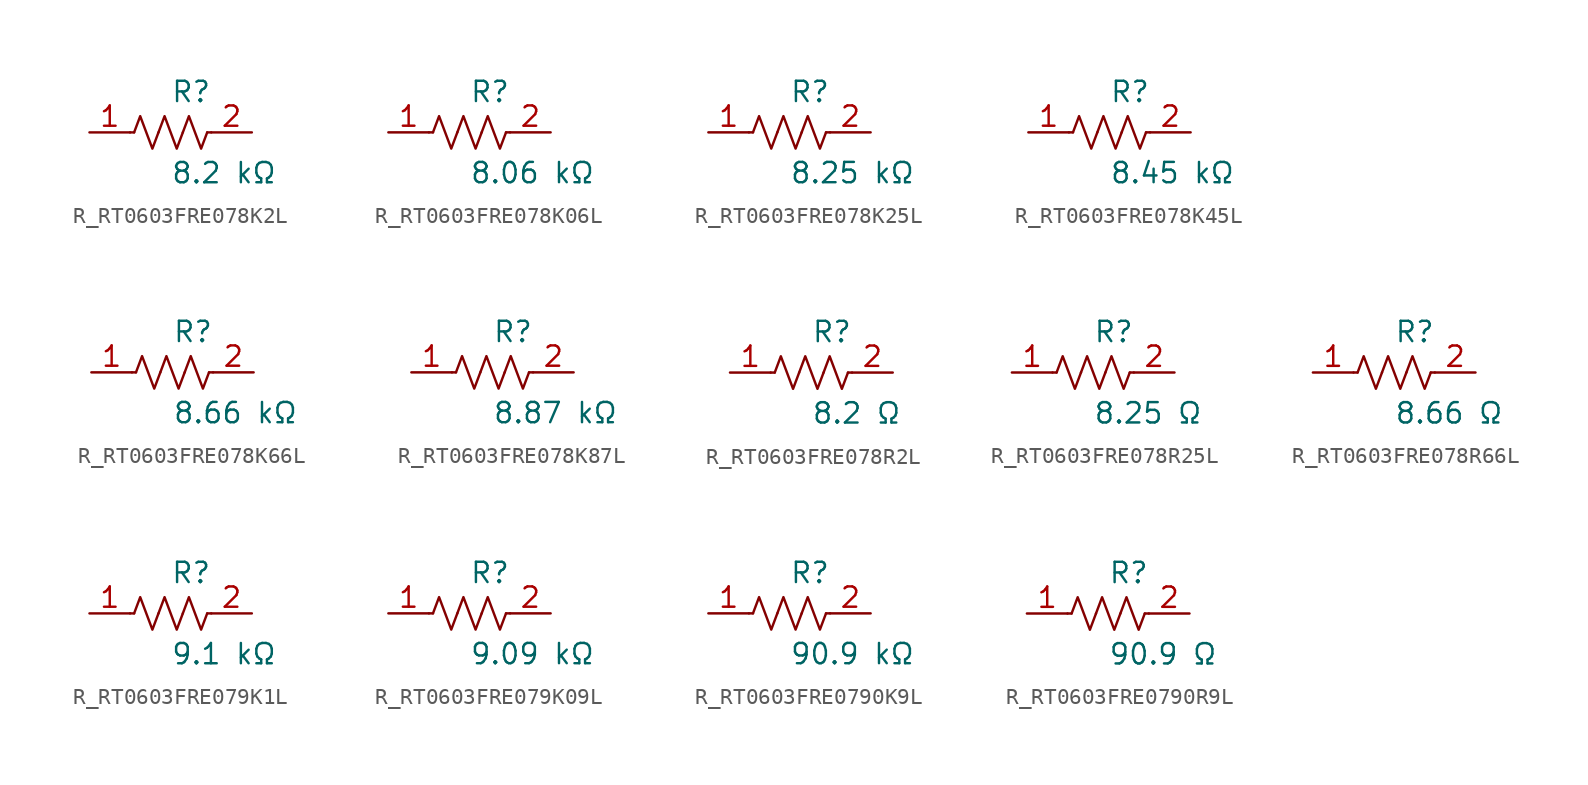
<source format=kicad_sym>
(kicad_symbol_lib
  (version 20231120)
  (generator kicad_symbol_editor)
  (generator_version 8.0)
  (symbol "R_RT0603FRE078K2L"
    (pin_names
      (offset 0.254))
    (property "Reference" "R"
      (at 0.0 2.54 0)
      (effects (font (size 1.27 1.27)) (justify left)))
    (property "Value" "8.2 kΩ"
      (at 0.0 -2.54 0)
      (effects (font (size 1.27 1.27)) (justify left)))
    (symbol "R_RT0603FRE078K2L_0_1"
      (polyline (pts (xy 2.286 0) (xy 2.54 0)) (stroke (width 0) (type default)) (fill (type none)))
      (polyline (pts (xy -2.286 0) (xy -2.54 0)) (stroke (width 0) (type default)) (fill (type none)))
      (polyline (pts (xy 0.762 0) (xy 1.143 1.016) (xy 1.524 0) (xy 1.905 -1.016) (xy 2.286 0)) (stroke (width 0) (type default)) (fill (type none)))
      (polyline (pts (xy -0.762 0) (xy -0.381 1.016) (xy 0 0) (xy 0.381 -1.016) (xy 0.762 0)) (stroke (width 0) (type default)) (fill (type none)))
      (polyline (pts (xy -2.286 0) (xy -1.905 1.016) (xy -1.524 0) (xy -1.143 -1.016) (xy -0.762 0)) (stroke (width 0) (type default)) (fill (type none))))
    (pin unspecified line
      (at -5.08 0 0)
      (length 2.54)
      (name "" (effects (font (size 1.27 1.27))))
      (number "1" (effects (font (size 1.27 1.27)))))
    (pin unspecified line
      (at 5.08 0 180)
      (length 2.54)
      (name "" (effects (font (size 1.27 1.27))))
      (number "2" (effects (font (size 1.27 1.27))))))
  (symbol "R_RT0603FRE078K06L"
    (pin_names
      (offset 0.254))
    (property "Reference" "R"
      (at 0.0 2.54 0)
      (effects (font (size 1.27 1.27)) (justify left)))
    (property "Value" "8.06 kΩ"
      (at 0.0 -2.54 0)
      (effects (font (size 1.27 1.27)) (justify left)))
    (symbol "R_RT0603FRE078K06L_0_1"
      (polyline (pts (xy 2.286 0) (xy 2.54 0)) (stroke (width 0) (type default)) (fill (type none)))
      (polyline (pts (xy -2.286 0) (xy -2.54 0)) (stroke (width 0) (type default)) (fill (type none)))
      (polyline (pts (xy 0.762 0) (xy 1.143 1.016) (xy 1.524 0) (xy 1.905 -1.016) (xy 2.286 0)) (stroke (width 0) (type default)) (fill (type none)))
      (polyline (pts (xy -0.762 0) (xy -0.381 1.016) (xy 0 0) (xy 0.381 -1.016) (xy 0.762 0)) (stroke (width 0) (type default)) (fill (type none)))
      (polyline (pts (xy -2.286 0) (xy -1.905 1.016) (xy -1.524 0) (xy -1.143 -1.016) (xy -0.762 0)) (stroke (width 0) (type default)) (fill (type none))))
    (pin unspecified line
      (at -5.08 0 0)
      (length 2.54)
      (name "" (effects (font (size 1.27 1.27))))
      (number "1" (effects (font (size 1.27 1.27)))))
    (pin unspecified line
      (at 5.08 0 180)
      (length 2.54)
      (name "" (effects (font (size 1.27 1.27))))
      (number "2" (effects (font (size 1.27 1.27))))))
  (symbol "R_RT0603FRE078K25L"
    (pin_names
      (offset 0.254))
    (property "Reference" "R"
      (at 0.0 2.54 0)
      (effects (font (size 1.27 1.27)) (justify left)))
    (property "Value" "8.25 kΩ"
      (at 0.0 -2.54 0)
      (effects (font (size 1.27 1.27)) (justify left)))
    (symbol "R_RT0603FRE078K25L_0_1"
      (polyline (pts (xy 2.286 0) (xy 2.54 0)) (stroke (width 0) (type default)) (fill (type none)))
      (polyline (pts (xy -2.286 0) (xy -2.54 0)) (stroke (width 0) (type default)) (fill (type none)))
      (polyline (pts (xy 0.762 0) (xy 1.143 1.016) (xy 1.524 0) (xy 1.905 -1.016) (xy 2.286 0)) (stroke (width 0) (type default)) (fill (type none)))
      (polyline (pts (xy -0.762 0) (xy -0.381 1.016) (xy 0 0) (xy 0.381 -1.016) (xy 0.762 0)) (stroke (width 0) (type default)) (fill (type none)))
      (polyline (pts (xy -2.286 0) (xy -1.905 1.016) (xy -1.524 0) (xy -1.143 -1.016) (xy -0.762 0)) (stroke (width 0) (type default)) (fill (type none))))
    (pin unspecified line
      (at -5.08 0 0)
      (length 2.54)
      (name "" (effects (font (size 1.27 1.27))))
      (number "1" (effects (font (size 1.27 1.27)))))
    (pin unspecified line
      (at 5.08 0 180)
      (length 2.54)
      (name "" (effects (font (size 1.27 1.27))))
      (number "2" (effects (font (size 1.27 1.27))))))
  (symbol "R_RT0603FRE078K45L"
    (pin_names
      (offset 0.254))
    (property "Reference" "R"
      (at 0.0 2.54 0)
      (effects (font (size 1.27 1.27)) (justify left)))
    (property "Value" "8.45 kΩ"
      (at 0.0 -2.54 0)
      (effects (font (size 1.27 1.27)) (justify left)))
    (symbol "R_RT0603FRE078K45L_0_1"
      (polyline (pts (xy 2.286 0) (xy 2.54 0)) (stroke (width 0) (type default)) (fill (type none)))
      (polyline (pts (xy -2.286 0) (xy -2.54 0)) (stroke (width 0) (type default)) (fill (type none)))
      (polyline (pts (xy 0.762 0) (xy 1.143 1.016) (xy 1.524 0) (xy 1.905 -1.016) (xy 2.286 0)) (stroke (width 0) (type default)) (fill (type none)))
      (polyline (pts (xy -0.762 0) (xy -0.381 1.016) (xy 0 0) (xy 0.381 -1.016) (xy 0.762 0)) (stroke (width 0) (type default)) (fill (type none)))
      (polyline (pts (xy -2.286 0) (xy -1.905 1.016) (xy -1.524 0) (xy -1.143 -1.016) (xy -0.762 0)) (stroke (width 0) (type default)) (fill (type none))))
    (pin unspecified line
      (at -5.08 0 0)
      (length 2.54)
      (name "" (effects (font (size 1.27 1.27))))
      (number "1" (effects (font (size 1.27 1.27)))))
    (pin unspecified line
      (at 5.08 0 180)
      (length 2.54)
      (name "" (effects (font (size 1.27 1.27))))
      (number "2" (effects (font (size 1.27 1.27))))))
  (symbol "R_RT0603FRE078K66L"
    (pin_names
      (offset 0.254))
    (property "Reference" "R"
      (at 0.0 2.54 0)
      (effects (font (size 1.27 1.27)) (justify left)))
    (property "Value" "8.66 kΩ"
      (at 0.0 -2.54 0)
      (effects (font (size 1.27 1.27)) (justify left)))
    (symbol "R_RT0603FRE078K66L_0_1"
      (polyline (pts (xy 2.286 0) (xy 2.54 0)) (stroke (width 0) (type default)) (fill (type none)))
      (polyline (pts (xy -2.286 0) (xy -2.54 0)) (stroke (width 0) (type default)) (fill (type none)))
      (polyline (pts (xy 0.762 0) (xy 1.143 1.016) (xy 1.524 0) (xy 1.905 -1.016) (xy 2.286 0)) (stroke (width 0) (type default)) (fill (type none)))
      (polyline (pts (xy -0.762 0) (xy -0.381 1.016) (xy 0 0) (xy 0.381 -1.016) (xy 0.762 0)) (stroke (width 0) (type default)) (fill (type none)))
      (polyline (pts (xy -2.286 0) (xy -1.905 1.016) (xy -1.524 0) (xy -1.143 -1.016) (xy -0.762 0)) (stroke (width 0) (type default)) (fill (type none))))
    (pin unspecified line
      (at -5.08 0 0)
      (length 2.54)
      (name "" (effects (font (size 1.27 1.27))))
      (number "1" (effects (font (size 1.27 1.27)))))
    (pin unspecified line
      (at 5.08 0 180)
      (length 2.54)
      (name "" (effects (font (size 1.27 1.27))))
      (number "2" (effects (font (size 1.27 1.27))))))
  (symbol "R_RT0603FRE078K87L"
    (pin_names
      (offset 0.254))
    (property "Reference" "R"
      (at 0.0 2.54 0)
      (effects (font (size 1.27 1.27)) (justify left)))
    (property "Value" "8.87 kΩ"
      (at 0.0 -2.54 0)
      (effects (font (size 1.27 1.27)) (justify left)))
    (symbol "R_RT0603FRE078K87L_0_1"
      (polyline (pts (xy 2.286 0) (xy 2.54 0)) (stroke (width 0) (type default)) (fill (type none)))
      (polyline (pts (xy -2.286 0) (xy -2.54 0)) (stroke (width 0) (type default)) (fill (type none)))
      (polyline (pts (xy 0.762 0) (xy 1.143 1.016) (xy 1.524 0) (xy 1.905 -1.016) (xy 2.286 0)) (stroke (width 0) (type default)) (fill (type none)))
      (polyline (pts (xy -0.762 0) (xy -0.381 1.016) (xy 0 0) (xy 0.381 -1.016) (xy 0.762 0)) (stroke (width 0) (type default)) (fill (type none)))
      (polyline (pts (xy -2.286 0) (xy -1.905 1.016) (xy -1.524 0) (xy -1.143 -1.016) (xy -0.762 0)) (stroke (width 0) (type default)) (fill (type none))))
    (pin unspecified line
      (at -5.08 0 0)
      (length 2.54)
      (name "" (effects (font (size 1.27 1.27))))
      (number "1" (effects (font (size 1.27 1.27)))))
    (pin unspecified line
      (at 5.08 0 180)
      (length 2.54)
      (name "" (effects (font (size 1.27 1.27))))
      (number "2" (effects (font (size 1.27 1.27))))))
  (symbol "R_RT0603FRE078R2L"
    (pin_names
      (offset 0.254))
    (property "Reference" "R"
      (at 0.0 2.54 0)
      (effects (font (size 1.27 1.27)) (justify left)))
    (property "Value" "8.2 Ω"
      (at 0.0 -2.54 0)
      (effects (font (size 1.27 1.27)) (justify left)))
    (symbol "R_RT0603FRE078R2L_0_1"
      (polyline (pts (xy 2.286 0) (xy 2.54 0)) (stroke (width 0) (type default)) (fill (type none)))
      (polyline (pts (xy -2.286 0) (xy -2.54 0)) (stroke (width 0) (type default)) (fill (type none)))
      (polyline (pts (xy 0.762 0) (xy 1.143 1.016) (xy 1.524 0) (xy 1.905 -1.016) (xy 2.286 0)) (stroke (width 0) (type default)) (fill (type none)))
      (polyline (pts (xy -0.762 0) (xy -0.381 1.016) (xy 0 0) (xy 0.381 -1.016) (xy 0.762 0)) (stroke (width 0) (type default)) (fill (type none)))
      (polyline (pts (xy -2.286 0) (xy -1.905 1.016) (xy -1.524 0) (xy -1.143 -1.016) (xy -0.762 0)) (stroke (width 0) (type default)) (fill (type none))))
    (pin unspecified line
      (at -5.08 0 0)
      (length 2.54)
      (name "" (effects (font (size 1.27 1.27))))
      (number "1" (effects (font (size 1.27 1.27)))))
    (pin unspecified line
      (at 5.08 0 180)
      (length 2.54)
      (name "" (effects (font (size 1.27 1.27))))
      (number "2" (effects (font (size 1.27 1.27))))))
  (symbol "R_RT0603FRE078R25L"
    (pin_names
      (offset 0.254))
    (property "Reference" "R"
      (at 0.0 2.54 0)
      (effects (font (size 1.27 1.27)) (justify left)))
    (property "Value" "8.25 Ω"
      (at 0.0 -2.54 0)
      (effects (font (size 1.27 1.27)) (justify left)))
    (symbol "R_RT0603FRE078R25L_0_1"
      (polyline (pts (xy 2.286 0) (xy 2.54 0)) (stroke (width 0) (type default)) (fill (type none)))
      (polyline (pts (xy -2.286 0) (xy -2.54 0)) (stroke (width 0) (type default)) (fill (type none)))
      (polyline (pts (xy 0.762 0) (xy 1.143 1.016) (xy 1.524 0) (xy 1.905 -1.016) (xy 2.286 0)) (stroke (width 0) (type default)) (fill (type none)))
      (polyline (pts (xy -0.762 0) (xy -0.381 1.016) (xy 0 0) (xy 0.381 -1.016) (xy 0.762 0)) (stroke (width 0) (type default)) (fill (type none)))
      (polyline (pts (xy -2.286 0) (xy -1.905 1.016) (xy -1.524 0) (xy -1.143 -1.016) (xy -0.762 0)) (stroke (width 0) (type default)) (fill (type none))))
    (pin unspecified line
      (at -5.08 0 0)
      (length 2.54)
      (name "" (effects (font (size 1.27 1.27))))
      (number "1" (effects (font (size 1.27 1.27)))))
    (pin unspecified line
      (at 5.08 0 180)
      (length 2.54)
      (name "" (effects (font (size 1.27 1.27))))
      (number "2" (effects (font (size 1.27 1.27))))))
  (symbol "R_RT0603FRE078R66L"
    (pin_names
      (offset 0.254))
    (property "Reference" "R"
      (at 0.0 2.54 0)
      (effects (font (size 1.27 1.27)) (justify left)))
    (property "Value" "8.66 Ω"
      (at 0.0 -2.54 0)
      (effects (font (size 1.27 1.27)) (justify left)))
    (symbol "R_RT0603FRE078R66L_0_1"
      (polyline (pts (xy 2.286 0) (xy 2.54 0)) (stroke (width 0) (type default)) (fill (type none)))
      (polyline (pts (xy -2.286 0) (xy -2.54 0)) (stroke (width 0) (type default)) (fill (type none)))
      (polyline (pts (xy 0.762 0) (xy 1.143 1.016) (xy 1.524 0) (xy 1.905 -1.016) (xy 2.286 0)) (stroke (width 0) (type default)) (fill (type none)))
      (polyline (pts (xy -0.762 0) (xy -0.381 1.016) (xy 0 0) (xy 0.381 -1.016) (xy 0.762 0)) (stroke (width 0) (type default)) (fill (type none)))
      (polyline (pts (xy -2.286 0) (xy -1.905 1.016) (xy -1.524 0) (xy -1.143 -1.016) (xy -0.762 0)) (stroke (width 0) (type default)) (fill (type none))))
    (pin unspecified line
      (at -5.08 0 0)
      (length 2.54)
      (name "" (effects (font (size 1.27 1.27))))
      (number "1" (effects (font (size 1.27 1.27)))))
    (pin unspecified line
      (at 5.08 0 180)
      (length 2.54)
      (name "" (effects (font (size 1.27 1.27))))
      (number "2" (effects (font (size 1.27 1.27))))))
  (symbol "R_RT0603FRE079K1L"
    (pin_names
      (offset 0.254))
    (property "Reference" "R"
      (at 0.0 2.54 0)
      (effects (font (size 1.27 1.27)) (justify left)))
    (property "Value" "9.1 kΩ"
      (at 0.0 -2.54 0)
      (effects (font (size 1.27 1.27)) (justify left)))
    (symbol "R_RT0603FRE079K1L_0_1"
      (polyline (pts (xy 2.286 0) (xy 2.54 0)) (stroke (width 0) (type default)) (fill (type none)))
      (polyline (pts (xy -2.286 0) (xy -2.54 0)) (stroke (width 0) (type default)) (fill (type none)))
      (polyline (pts (xy 0.762 0) (xy 1.143 1.016) (xy 1.524 0) (xy 1.905 -1.016) (xy 2.286 0)) (stroke (width 0) (type default)) (fill (type none)))
      (polyline (pts (xy -0.762 0) (xy -0.381 1.016) (xy 0 0) (xy 0.381 -1.016) (xy 0.762 0)) (stroke (width 0) (type default)) (fill (type none)))
      (polyline (pts (xy -2.286 0) (xy -1.905 1.016) (xy -1.524 0) (xy -1.143 -1.016) (xy -0.762 0)) (stroke (width 0) (type default)) (fill (type none))))
    (pin unspecified line
      (at -5.08 0 0)
      (length 2.54)
      (name "" (effects (font (size 1.27 1.27))))
      (number "1" (effects (font (size 1.27 1.27)))))
    (pin unspecified line
      (at 5.08 0 180)
      (length 2.54)
      (name "" (effects (font (size 1.27 1.27))))
      (number "2" (effects (font (size 1.27 1.27))))))
  (symbol "R_RT0603FRE079K09L"
    (pin_names
      (offset 0.254))
    (property "Reference" "R"
      (at 0.0 2.54 0)
      (effects (font (size 1.27 1.27)) (justify left)))
    (property "Value" "9.09 kΩ"
      (at 0.0 -2.54 0)
      (effects (font (size 1.27 1.27)) (justify left)))
    (symbol "R_RT0603FRE079K09L_0_1"
      (polyline (pts (xy 2.286 0) (xy 2.54 0)) (stroke (width 0) (type default)) (fill (type none)))
      (polyline (pts (xy -2.286 0) (xy -2.54 0)) (stroke (width 0) (type default)) (fill (type none)))
      (polyline (pts (xy 0.762 0) (xy 1.143 1.016) (xy 1.524 0) (xy 1.905 -1.016) (xy 2.286 0)) (stroke (width 0) (type default)) (fill (type none)))
      (polyline (pts (xy -0.762 0) (xy -0.381 1.016) (xy 0 0) (xy 0.381 -1.016) (xy 0.762 0)) (stroke (width 0) (type default)) (fill (type none)))
      (polyline (pts (xy -2.286 0) (xy -1.905 1.016) (xy -1.524 0) (xy -1.143 -1.016) (xy -0.762 0)) (stroke (width 0) (type default)) (fill (type none))))
    (pin unspecified line
      (at -5.08 0 0)
      (length 2.54)
      (name "" (effects (font (size 1.27 1.27))))
      (number "1" (effects (font (size 1.27 1.27)))))
    (pin unspecified line
      (at 5.08 0 180)
      (length 2.54)
      (name "" (effects (font (size 1.27 1.27))))
      (number "2" (effects (font (size 1.27 1.27))))))
  (symbol "R_RT0603FRE0790K9L"
    (pin_names
      (offset 0.254))
    (property "Reference" "R"
      (at 0.0 2.54 0)
      (effects (font (size 1.27 1.27)) (justify left)))
    (property "Value" "90.9 kΩ"
      (at 0.0 -2.54 0)
      (effects (font (size 1.27 1.27)) (justify left)))
    (symbol "R_RT0603FRE0790K9L_0_1"
      (polyline (pts (xy 2.286 0) (xy 2.54 0)) (stroke (width 0) (type default)) (fill (type none)))
      (polyline (pts (xy -2.286 0) (xy -2.54 0)) (stroke (width 0) (type default)) (fill (type none)))
      (polyline (pts (xy 0.762 0) (xy 1.143 1.016) (xy 1.524 0) (xy 1.905 -1.016) (xy 2.286 0)) (stroke (width 0) (type default)) (fill (type none)))
      (polyline (pts (xy -0.762 0) (xy -0.381 1.016) (xy 0 0) (xy 0.381 -1.016) (xy 0.762 0)) (stroke (width 0) (type default)) (fill (type none)))
      (polyline (pts (xy -2.286 0) (xy -1.905 1.016) (xy -1.524 0) (xy -1.143 -1.016) (xy -0.762 0)) (stroke (width 0) (type default)) (fill (type none))))
    (pin unspecified line
      (at -5.08 0 0)
      (length 2.54)
      (name "" (effects (font (size 1.27 1.27))))
      (number "1" (effects (font (size 1.27 1.27)))))
    (pin unspecified line
      (at 5.08 0 180)
      (length 2.54)
      (name "" (effects (font (size 1.27 1.27))))
      (number "2" (effects (font (size 1.27 1.27))))))
  (symbol "R_RT0603FRE0790R9L"
    (pin_names
      (offset 0.254))
    (property "Reference" "R"
      (at 0.0 2.54 0)
      (effects (font (size 1.27 1.27)) (justify left)))
    (property "Value" "90.9 Ω"
      (at 0.0 -2.54 0)
      (effects (font (size 1.27 1.27)) (justify left)))
    (symbol "R_RT0603FRE0790R9L_0_1"
      (polyline (pts (xy 2.286 0) (xy 2.54 0)) (stroke (width 0) (type default)) (fill (type none)))
      (polyline (pts (xy -2.286 0) (xy -2.54 0)) (stroke (width 0) (type default)) (fill (type none)))
      (polyline (pts (xy 0.762 0) (xy 1.143 1.016) (xy 1.524 0) (xy 1.905 -1.016) (xy 2.286 0)) (stroke (width 0) (type default)) (fill (type none)))
      (polyline (pts (xy -0.762 0) (xy -0.381 1.016) (xy 0 0) (xy 0.381 -1.016) (xy 0.762 0)) (stroke (width 0) (type default)) (fill (type none)))
      (polyline (pts (xy -2.286 0) (xy -1.905 1.016) (xy -1.524 0) (xy -1.143 -1.016) (xy -0.762 0)) (stroke (width 0) (type default)) (fill (type none))))
    (pin unspecified line
      (at -5.08 0 0)
      (length 2.54)
      (name "" (effects (font (size 1.27 1.27))))
      (number "1" (effects (font (size 1.27 1.27)))))
    (pin unspecified line
      (at 5.08 0 180)
      (length 2.54)
      (name "" (effects (font (size 1.27 1.27))))
      (number "2" (effects (font (size 1.27 1.27)))))))
</source>
